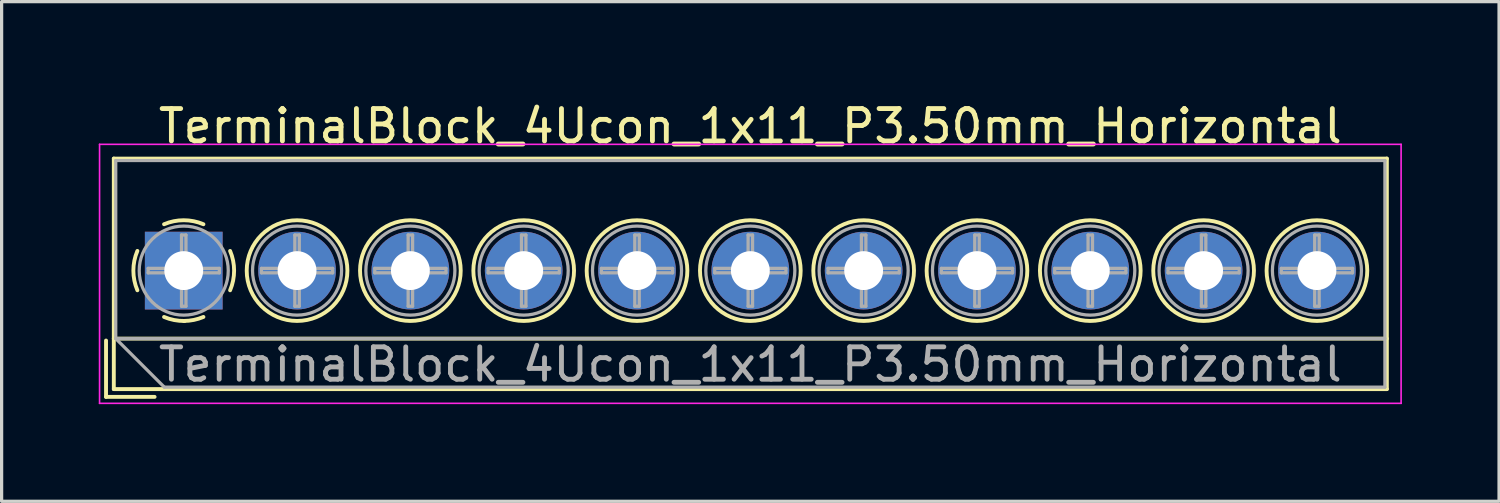
<source format=kicad_pcb>
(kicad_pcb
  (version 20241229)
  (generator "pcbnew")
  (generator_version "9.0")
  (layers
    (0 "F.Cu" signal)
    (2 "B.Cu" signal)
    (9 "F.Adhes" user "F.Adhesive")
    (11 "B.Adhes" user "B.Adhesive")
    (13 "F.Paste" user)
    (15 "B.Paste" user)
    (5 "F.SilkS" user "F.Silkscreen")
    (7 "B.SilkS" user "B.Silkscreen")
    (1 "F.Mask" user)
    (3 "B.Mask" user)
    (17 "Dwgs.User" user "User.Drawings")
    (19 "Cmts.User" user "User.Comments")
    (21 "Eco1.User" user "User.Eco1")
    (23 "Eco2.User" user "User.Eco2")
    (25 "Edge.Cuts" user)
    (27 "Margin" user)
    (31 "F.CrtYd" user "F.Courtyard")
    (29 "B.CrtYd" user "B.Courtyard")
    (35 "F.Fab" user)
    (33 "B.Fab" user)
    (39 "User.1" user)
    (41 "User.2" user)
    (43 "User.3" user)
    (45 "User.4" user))
  (footprint "TerminalBlock_4Ucon_1x11_P3.50mm_Horizontal"
    (layer "F.Cu")
    (at 2.625 5.308)
    (property "Reference" "TerminalBlock_4Ucon_1x11_P3.50mm_Horizontal" (at 17.5 -4.46 0) (layer "F.SilkS") (effects (font (size 1 1) (thickness 0.15))))
    (attr through_hole)
    (fp_line (start -2.4 2.16) (end -2.4 3.9) (stroke (width 0.12) (type solid)) (layer "F.SilkS"))
    (fp_line (start -2.4 3.9) (end -0.9 3.9) (stroke (width 0.12) (type solid)) (layer "F.SilkS"))
    (fp_line (start -2.16 -3.46) (end -2.16 3.66) (stroke (width 0.12) (type solid)) (layer "F.SilkS"))
    (fp_line (start -2.16 -3.46) (end 37.16 -3.46) (stroke (width 0.12) (type solid)) (layer "F.SilkS"))
    (fp_line (start -2.16 2.1) (end 37.16 2.1) (stroke (width 0.12) (type solid)) (layer "F.SilkS"))
    (fp_line (start -2.16 3.66) (end 37.16 3.66) (stroke (width 0.12) (type solid)) (layer "F.SilkS"))
    (fp_line (start 37.16 -3.46) (end 37.16 3.66) (stroke (width 0.12) (type solid)) (layer "F.SilkS"))
    (fp_arc (start -1.432109 0.607742) (mid -1.555727 -0.00014) (end -1.432 -0.608) (stroke (width 0.12) (type solid)) (layer "F.SilkS"))
    (fp_arc (start -0.607742 -1.432109) (mid 0.00014 -1.555727) (end 0.608 -1.432) (stroke (width 0.12) (type solid)) (layer "F.SilkS"))
    (fp_arc (start 0.027011 1.555493) (mid -0.296984 1.527118) (end -0.608 1.432) (stroke (width 0.12) (type solid)) (layer "F.SilkS"))
    (fp_arc (start 0.607587 1.431385) (mid 0.310017 1.523783) (end 0 1.555) (stroke (width 0.12) (type solid)) (layer "F.SilkS"))
    (fp_arc (start 1.432109 -0.607742) (mid 1.555727 0.00014) (end 1.432 0.608) (stroke (width 0.12) (type solid)) (layer "F.SilkS"))
    (fp_circle (center 3.5 0) (end 5.055 0) (stroke (width 0.12) (type solid)) (fill no) (layer "F.SilkS"))
    (fp_circle (center 7 0) (end 8.555 0) (stroke (width 0.12) (type solid)) (fill no) (layer "F.SilkS"))
    (fp_circle (center 10.5 0) (end 12.055 0) (stroke (width 0.12) (type solid)) (fill no) (layer "F.SilkS"))
    (fp_circle (center 14 0) (end 15.555 0) (stroke (width 0.12) (type solid)) (fill no) (layer "F.SilkS"))
    (fp_circle (center 17.5 0) (end 19.055 0) (stroke (width 0.12) (type solid)) (fill no) (layer "F.SilkS"))
    (fp_circle (center 21 0) (end 22.555 0) (stroke (width 0.12) (type solid)) (fill no) (layer "F.SilkS"))
    (fp_circle (center 24.5 0) (end 26.055 0) (stroke (width 0.12) (type solid)) (fill no) (layer "F.SilkS"))
    (fp_circle (center 28 0) (end 29.555 0) (stroke (width 0.12) (type solid)) (fill no) (layer "F.SilkS"))
    (fp_circle (center 31.5 0) (end 33.055 0) (stroke (width 0.12) (type solid)) (fill no) (layer "F.SilkS"))
    (fp_circle (center 35 0) (end 36.555 0) (stroke (width 0.12) (type solid)) (fill no) (layer "F.SilkS"))
    (fp_line (start -2.6 -3.9) (end -2.6 4.1) (stroke (width 0.05) (type solid)) (layer "F.CrtYd"))
    (fp_line (start -2.6 4.1) (end 37.6 4.1) (stroke (width 0.05) (type solid)) (layer "F.CrtYd"))
    (fp_line (start 37.6 -3.9) (end -2.6 -3.9) (stroke (width 0.05) (type solid)) (layer "F.CrtYd"))
    (fp_line (start 37.6 4.1) (end 37.6 -3.9) (stroke (width 0.05) (type solid)) (layer "F.CrtYd"))
    (fp_line (start -2.1 -3.4) (end 37.1 -3.4) (stroke (width 0.1) (type solid)) (layer "F.Fab"))
    (fp_line (start -2.1 2.1) (end -2.1 -3.4) (stroke (width 0.1) (type solid)) (layer "F.Fab"))
    (fp_line (start -2.1 2.1) (end 37.1 2.1) (stroke (width 0.1) (type solid)) (layer "F.Fab"))
    (fp_line (start -1.1 -0.069) (end -0.069 -0.069) (stroke (width 0.1) (type solid)) (layer "F.Fab"))
    (fp_line (start -1.1 0.069) (end -1.1 -0.069) (stroke (width 0.1) (type solid)) (layer "F.Fab"))
    (fp_line (start -0.6 3.6) (end -2.1 2.1) (stroke (width 0.1) (type solid)) (layer "F.Fab"))
    (fp_line (start -0.069 -1.1) (end 0.069 -1.1) (stroke (width 0.1) (type solid)) (layer "F.Fab"))
    (fp_line (start -0.069 -0.069) (end -0.069 -1.1) (stroke (width 0.1) (type solid)) (layer "F.Fab"))
    (fp_line (start -0.069 0.069) (end -1.1 0.069) (stroke (width 0.1) (type solid)) (layer "F.Fab"))
    (fp_line (start -0.069 1.1) (end -0.069 0.069) (stroke (width 0.1) (type solid)) (layer "F.Fab"))
    (fp_line (start 0.069 -1.1) (end 0.069 -0.069) (stroke (width 0.1) (type solid)) (layer "F.Fab"))
    (fp_line (start 0.069 -0.069) (end 1.1 -0.069) (stroke (width 0.1) (type solid)) (layer "F.Fab"))
    (fp_line (start 0.069 0.069) (end 0.069 1.1) (stroke (width 0.1) (type solid)) (layer "F.Fab"))
    (fp_line (start 0.069 1.1) (end -0.069 1.1) (stroke (width 0.1) (type solid)) (layer "F.Fab"))
    (fp_line (start 1.1 -0.069) (end 1.1 0.069) (stroke (width 0.1) (type solid)) (layer "F.Fab"))
    (fp_line (start 1.1 0.069) (end 0.069 0.069) (stroke (width 0.1) (type solid)) (layer "F.Fab"))
    (fp_line (start 2.4 -0.069) (end 3.431 -0.069) (stroke (width 0.1) (type solid)) (layer "F.Fab"))
    (fp_line (start 2.4 0.069) (end 2.4 -0.069) (stroke (width 0.1) (type solid)) (layer "F.Fab"))
    (fp_line (start 3.431 -1.1) (end 3.569 -1.1) (stroke (width 0.1) (type solid)) (layer "F.Fab"))
    (fp_line (start 3.431 -0.069) (end 3.431 -1.1) (stroke (width 0.1) (type solid)) (layer "F.Fab"))
    (fp_line (start 3.431 0.069) (end 2.4 0.069) (stroke (width 0.1) (type solid)) (layer "F.Fab"))
    (fp_line (start 3.431 1.1) (end 3.431 0.069) (stroke (width 0.1) (type solid)) (layer "F.Fab"))
    (fp_line (start 3.569 -1.1) (end 3.569 -0.069) (stroke (width 0.1) (type solid)) (layer "F.Fab"))
    (fp_line (start 3.569 -0.069) (end 4.6 -0.069) (stroke (width 0.1) (type solid)) (layer "F.Fab"))
    (fp_line (start 3.569 0.069) (end 3.569 1.1) (stroke (width 0.1) (type solid)) (layer "F.Fab"))
    (fp_line (start 3.569 1.1) (end 3.431 1.1) (stroke (width 0.1) (type solid)) (layer "F.Fab"))
    (fp_line (start 4.6 -0.069) (end 4.6 0.069) (stroke (width 0.1) (type solid)) (layer "F.Fab"))
    (fp_line (start 4.6 0.069) (end 3.569 0.069) (stroke (width 0.1) (type solid)) (layer "F.Fab"))
    (fp_line (start 5.9 -0.069) (end 6.931 -0.069) (stroke (width 0.1) (type solid)) (layer "F.Fab"))
    (fp_line (start 5.9 0.069) (end 5.9 -0.069) (stroke (width 0.1) (type solid)) (layer "F.Fab"))
    (fp_line (start 6.931 -1.1) (end 7.069 -1.1) (stroke (width 0.1) (type solid)) (layer "F.Fab"))
    (fp_line (start 6.931 -0.069) (end 6.931 -1.1) (stroke (width 0.1) (type solid)) (layer "F.Fab"))
    (fp_line (start 6.931 0.069) (end 5.9 0.069) (stroke (width 0.1) (type solid)) (layer "F.Fab"))
    (fp_line (start 6.931 1.1) (end 6.931 0.069) (stroke (width 0.1) (type solid)) (layer "F.Fab"))
    (fp_line (start 7.069 -1.1) (end 7.069 -0.069) (stroke (width 0.1) (type solid)) (layer "F.Fab"))
    (fp_line (start 7.069 -0.069) (end 8.1 -0.069) (stroke (width 0.1) (type solid)) (layer "F.Fab"))
    (fp_line (start 7.069 0.069) (end 7.069 1.1) (stroke (width 0.1) (type solid)) (layer "F.Fab"))
    (fp_line (start 7.069 1.1) (end 6.931 1.1) (stroke (width 0.1) (type solid)) (layer "F.Fab"))
    (fp_line (start 8.1 -0.069) (end 8.1 0.069) (stroke (width 0.1) (type solid)) (layer "F.Fab"))
    (fp_line (start 8.1 0.069) (end 7.069 0.069) (stroke (width 0.1) (type solid)) (layer "F.Fab"))
    (fp_line (start 9.4 -0.069) (end 10.431 -0.069) (stroke (width 0.1) (type solid)) (layer "F.Fab"))
    (fp_line (start 9.4 0.069) (end 9.4 -0.069) (stroke (width 0.1) (type solid)) (layer "F.Fab"))
    (fp_line (start 10.431 -1.1) (end 10.569 -1.1) (stroke (width 0.1) (type solid)) (layer "F.Fab"))
    (fp_line (start 10.431 -0.069) (end 10.431 -1.1) (stroke (width 0.1) (type solid)) (layer "F.Fab"))
    (fp_line (start 10.431 0.069) (end 9.4 0.069) (stroke (width 0.1) (type solid)) (layer "F.Fab"))
    (fp_line (start 10.431 1.1) (end 10.431 0.069) (stroke (width 0.1) (type solid)) (layer "F.Fab"))
    (fp_line (start 10.569 -1.1) (end 10.569 -0.069) (stroke (width 0.1) (type solid)) (layer "F.Fab"))
    (fp_line (start 10.569 -0.069) (end 11.6 -0.069) (stroke (width 0.1) (type solid)) (layer "F.Fab"))
    (fp_line (start 10.569 0.069) (end 10.569 1.1) (stroke (width 0.1) (type solid)) (layer "F.Fab"))
    (fp_line (start 10.569 1.1) (end 10.431 1.1) (stroke (width 0.1) (type solid)) (layer "F.Fab"))
    (fp_line (start 11.6 -0.069) (end 11.6 0.069) (stroke (width 0.1) (type solid)) (layer "F.Fab"))
    (fp_line (start 11.6 0.069) (end 10.569 0.069) (stroke (width 0.1) (type solid)) (layer "F.Fab"))
    (fp_line (start 12.9 -0.069) (end 13.931 -0.069) (stroke (width 0.1) (type solid)) (layer "F.Fab"))
    (fp_line (start 12.9 0.069) (end 12.9 -0.069) (stroke (width 0.1) (type solid)) (layer "F.Fab"))
    (fp_line (start 13.931 -1.1) (end 14.069 -1.1) (stroke (width 0.1) (type solid)) (layer "F.Fab"))
    (fp_line (start 13.931 -0.069) (end 13.931 -1.1) (stroke (width 0.1) (type solid)) (layer "F.Fab"))
    (fp_line (start 13.931 0.069) (end 12.9 0.069) (stroke (width 0.1) (type solid)) (layer "F.Fab"))
    (fp_line (start 13.931 1.1) (end 13.931 0.069) (stroke (width 0.1) (type solid)) (layer "F.Fab"))
    (fp_line (start 14.069 -1.1) (end 14.069 -0.069) (stroke (width 0.1) (type solid)) (layer "F.Fab"))
    (fp_line (start 14.069 -0.069) (end 15.1 -0.069) (stroke (width 0.1) (type solid)) (layer "F.Fab"))
    (fp_line (start 14.069 0.069) (end 14.069 1.1) (stroke (width 0.1) (type solid)) (layer "F.Fab"))
    (fp_line (start 14.069 1.1) (end 13.931 1.1) (stroke (width 0.1) (type solid)) (layer "F.Fab"))
    (fp_line (start 15.1 -0.069) (end 15.1 0.069) (stroke (width 0.1) (type solid)) (layer "F.Fab"))
    (fp_line (start 15.1 0.069) (end 14.069 0.069) (stroke (width 0.1) (type solid)) (layer "F.Fab"))
    (fp_line (start 16.4 -0.069) (end 17.431 -0.069) (stroke (width 0.1) (type solid)) (layer "F.Fab"))
    (fp_line (start 16.4 0.069) (end 16.4 -0.069) (stroke (width 0.1) (type solid)) (layer "F.Fab"))
    (fp_line (start 17.431 -1.1) (end 17.569 -1.1) (stroke (width 0.1) (type solid)) (layer "F.Fab"))
    (fp_line (start 17.431 -0.069) (end 17.431 -1.1) (stroke (width 0.1) (type solid)) (layer "F.Fab"))
    (fp_line (start 17.431 0.069) (end 16.4 0.069) (stroke (width 0.1) (type solid)) (layer "F.Fab"))
    (fp_line (start 17.431 1.1) (end 17.431 0.069) (stroke (width 0.1) (type solid)) (layer "F.Fab"))
    (fp_line (start 17.569 -1.1) (end 17.569 -0.069) (stroke (width 0.1) (type solid)) (layer "F.Fab"))
    (fp_line (start 17.569 -0.069) (end 18.6 -0.069) (stroke (width 0.1) (type solid)) (layer "F.Fab"))
    (fp_line (start 17.569 0.069) (end 17.569 1.1) (stroke (width 0.1) (type solid)) (layer "F.Fab"))
    (fp_line (start 17.569 1.1) (end 17.431 1.1) (stroke (width 0.1) (type solid)) (layer "F.Fab"))
    (fp_line (start 18.6 -0.069) (end 18.6 0.069) (stroke (width 0.1) (type solid)) (layer "F.Fab"))
    (fp_line (start 18.6 0.069) (end 17.569 0.069) (stroke (width 0.1) (type solid)) (layer "F.Fab"))
    (fp_line (start 19.9 -0.069) (end 20.931 -0.069) (stroke (width 0.1) (type solid)) (layer "F.Fab"))
    (fp_line (start 19.9 0.069) (end 19.9 -0.069) (stroke (width 0.1) (type solid)) (layer "F.Fab"))
    (fp_line (start 20.931 -1.1) (end 21.069 -1.1) (stroke (width 0.1) (type solid)) (layer "F.Fab"))
    (fp_line (start 20.931 -0.069) (end 20.931 -1.1) (stroke (width 0.1) (type solid)) (layer "F.Fab"))
    (fp_line (start 20.931 0.069) (end 19.9 0.069) (stroke (width 0.1) (type solid)) (layer "F.Fab"))
    (fp_line (start 20.931 1.1) (end 20.931 0.069) (stroke (width 0.1) (type solid)) (layer "F.Fab"))
    (fp_line (start 21.069 -1.1) (end 21.069 -0.069) (stroke (width 0.1) (type solid)) (layer "F.Fab"))
    (fp_line (start 21.069 -0.069) (end 22.1 -0.069) (stroke (width 0.1) (type solid)) (layer "F.Fab"))
    (fp_line (start 21.069 0.069) (end 21.069 1.1) (stroke (width 0.1) (type solid)) (layer "F.Fab"))
    (fp_line (start 21.069 1.1) (end 20.931 1.1) (stroke (width 0.1) (type solid)) (layer "F.Fab"))
    (fp_line (start 22.1 -0.069) (end 22.1 0.069) (stroke (width 0.1) (type solid)) (layer "F.Fab"))
    (fp_line (start 22.1 0.069) (end 21.069 0.069) (stroke (width 0.1) (type solid)) (layer "F.Fab"))
    (fp_line (start 23.4 -0.069) (end 24.431 -0.069) (stroke (width 0.1) (type solid)) (layer "F.Fab"))
    (fp_line (start 23.4 0.069) (end 23.4 -0.069) (stroke (width 0.1) (type solid)) (layer "F.Fab"))
    (fp_line (start 24.431 -1.1) (end 24.569 -1.1) (stroke (width 0.1) (type solid)) (layer "F.Fab"))
    (fp_line (start 24.431 -0.069) (end 24.431 -1.1) (stroke (width 0.1) (type solid)) (layer "F.Fab"))
    (fp_line (start 24.431 0.069) (end 23.4 0.069) (stroke (width 0.1) (type solid)) (layer "F.Fab"))
    (fp_line (start 24.431 1.1) (end 24.431 0.069) (stroke (width 0.1) (type solid)) (layer "F.Fab"))
    (fp_line (start 24.569 -1.1) (end 24.569 -0.069) (stroke (width 0.1) (type solid)) (layer "F.Fab"))
    (fp_line (start 24.569 -0.069) (end 25.6 -0.069) (stroke (width 0.1) (type solid)) (layer "F.Fab"))
    (fp_line (start 24.569 0.069) (end 24.569 1.1) (stroke (width 0.1) (type solid)) (layer "F.Fab"))
    (fp_line (start 24.569 1.1) (end 24.431 1.1) (stroke (width 0.1) (type solid)) (layer "F.Fab"))
    (fp_line (start 25.6 -0.069) (end 25.6 0.069) (stroke (width 0.1) (type solid)) (layer "F.Fab"))
    (fp_line (start 25.6 0.069) (end 24.569 0.069) (stroke (width 0.1) (type solid)) (layer "F.Fab"))
    (fp_line (start 26.9 -0.069) (end 27.931 -0.069) (stroke (width 0.1) (type solid)) (layer "F.Fab"))
    (fp_line (start 26.9 0.069) (end 26.9 -0.069) (stroke (width 0.1) (type solid)) (layer "F.Fab"))
    (fp_line (start 27.931 -1.1) (end 28.069 -1.1) (stroke (width 0.1) (type solid)) (layer "F.Fab"))
    (fp_line (start 27.931 -0.069) (end 27.931 -1.1) (stroke (width 0.1) (type solid)) (layer "F.Fab"))
    (fp_line (start 27.931 0.069) (end 26.9 0.069) (stroke (width 0.1) (type solid)) (layer "F.Fab"))
    (fp_line (start 27.931 1.1) (end 27.931 0.069) (stroke (width 0.1) (type solid)) (layer "F.Fab"))
    (fp_line (start 28.069 -1.1) (end 28.069 -0.069) (stroke (width 0.1) (type solid)) (layer "F.Fab"))
    (fp_line (start 28.069 -0.069) (end 29.1 -0.069) (stroke (width 0.1) (type solid)) (layer "F.Fab"))
    (fp_line (start 28.069 0.069) (end 28.069 1.1) (stroke (width 0.1) (type solid)) (layer "F.Fab"))
    (fp_line (start 28.069 1.1) (end 27.931 1.1) (stroke (width 0.1) (type solid)) (layer "F.Fab"))
    (fp_line (start 29.1 -0.069) (end 29.1 0.069) (stroke (width 0.1) (type solid)) (layer "F.Fab"))
    (fp_line (start 29.1 0.069) (end 28.069 0.069) (stroke (width 0.1) (type solid)) (layer "F.Fab"))
    (fp_line (start 30.4 -0.069) (end 31.431 -0.069) (stroke (width 0.1) (type solid)) (layer "F.Fab"))
    (fp_line (start 30.4 0.069) (end 30.4 -0.069) (stroke (width 0.1) (type solid)) (layer "F.Fab"))
    (fp_line (start 31.431 -1.1) (end 31.569 -1.1) (stroke (width 0.1) (type solid)) (layer "F.Fab"))
    (fp_line (start 31.431 -0.069) (end 31.431 -1.1) (stroke (width 0.1) (type solid)) (layer "F.Fab"))
    (fp_line (start 31.431 0.069) (end 30.4 0.069) (stroke (width 0.1) (type solid)) (layer "F.Fab"))
    (fp_line (start 31.431 1.1) (end 31.431 0.069) (stroke (width 0.1) (type solid)) (layer "F.Fab"))
    (fp_line (start 31.569 -1.1) (end 31.569 -0.069) (stroke (width 0.1) (type solid)) (layer "F.Fab"))
    (fp_line (start 31.569 -0.069) (end 32.6 -0.069) (stroke (width 0.1) (type solid)) (layer "F.Fab"))
    (fp_line (start 31.569 0.069) (end 31.569 1.1) (stroke (width 0.1) (type solid)) (layer "F.Fab"))
    (fp_line (start 31.569 1.1) (end 31.431 1.1) (stroke (width 0.1) (type solid)) (layer "F.Fab"))
    (fp_line (start 32.6 -0.069) (end 32.6 0.069) (stroke (width 0.1) (type solid)) (layer "F.Fab"))
    (fp_line (start 32.6 0.069) (end 31.569 0.069) (stroke (width 0.1) (type solid)) (layer "F.Fab"))
    (fp_line (start 33.9 -0.069) (end 34.931 -0.069) (stroke (width 0.1) (type solid)) (layer "F.Fab"))
    (fp_line (start 33.9 0.069) (end 33.9 -0.069) (stroke (width 0.1) (type solid)) (layer "F.Fab"))
    (fp_line (start 34.931 -1.1) (end 35.069 -1.1) (stroke (width 0.1) (type solid)) (layer "F.Fab"))
    (fp_line (start 34.931 -0.069) (end 34.931 -1.1) (stroke (width 0.1) (type solid)) (layer "F.Fab"))
    (fp_line (start 34.931 0.069) (end 33.9 0.069) (stroke (width 0.1) (type solid)) (layer "F.Fab"))
    (fp_line (start 34.931 1.1) (end 34.931 0.069) (stroke (width 0.1) (type solid)) (layer "F.Fab"))
    (fp_line (start 35.069 -1.1) (end 35.069 -0.069) (stroke (width 0.1) (type solid)) (layer "F.Fab"))
    (fp_line (start 35.069 -0.069) (end 36.1 -0.069) (stroke (width 0.1) (type solid)) (layer "F.Fab"))
    (fp_line (start 35.069 0.069) (end 35.069 1.1) (stroke (width 0.1) (type solid)) (layer "F.Fab"))
    (fp_line (start 35.069 1.1) (end 34.931 1.1) (stroke (width 0.1) (type solid)) (layer "F.Fab"))
    (fp_line (start 36.1 -0.069) (end 36.1 0.069) (stroke (width 0.1) (type solid)) (layer "F.Fab"))
    (fp_line (start 36.1 0.069) (end 35.069 0.069) (stroke (width 0.1) (type solid)) (layer "F.Fab"))
    (fp_line (start 37.1 -3.4) (end 37.1 3.6) (stroke (width 0.1) (type solid)) (layer "F.Fab"))
    (fp_line (start 37.1 3.6) (end -0.6 3.6) (stroke (width 0.1) (type solid)) (layer "F.Fab"))
    (fp_circle (center 0 0) (end 1.375 0) (stroke (width 0.1) (type solid)) (fill no) (layer "F.Fab"))
    (fp_circle (center 3.5 0) (end 4.875 0) (stroke (width 0.1) (type solid)) (fill no) (layer "F.Fab"))
    (fp_circle (center 7 0) (end 8.375 0) (stroke (width 0.1) (type solid)) (fill no) (layer "F.Fab"))
    (fp_circle (center 10.5 0) (end 11.875 0) (stroke (width 0.1) (type solid)) (fill no) (layer "F.Fab"))
    (fp_circle (center 14 0) (end 15.375 0) (stroke (width 0.1) (type solid)) (fill no) (layer "F.Fab"))
    (fp_circle (center 17.5 0) (end 18.875 0) (stroke (width 0.1) (type solid)) (fill no) (layer "F.Fab"))
    (fp_circle (center 21 0) (end 22.375 0) (stroke (width 0.1) (type solid)) (fill no) (layer "F.Fab"))
    (fp_circle (center 24.5 0) (end 25.875 0) (stroke (width 0.1) (type solid)) (fill no) (layer "F.Fab"))
    (fp_circle (center 28 0) (end 29.375 0) (stroke (width 0.1) (type solid)) (fill no) (layer "F.Fab"))
    (fp_circle (center 31.5 0) (end 32.875 0) (stroke (width 0.1) (type solid)) (fill no) (layer "F.Fab"))
    (fp_circle (center 35 0) (end 36.375 0) (stroke (width 0.1) (type solid)) (fill no) (layer "F.Fab"))
    (fp_text user "${REFERENCE}" (at 17.5 2.9 0) (layer "F.Fab") (effects (font (size 1 1) (thickness 0.15))))
    (pad "1" thru_hole rect (at 0 0) (size 2.4 2.4) (drill 1.2) (layers "*.Cu" "*.Mask"))
    (pad "2" thru_hole circle (at 3.5 0) (size 2.4 2.4) (drill 1.2) (layers "*.Cu" "*.Mask"))
    (pad "3" thru_hole circle (at 7 0) (size 2.4 2.4) (drill 1.2) (layers "*.Cu" "*.Mask"))
    (pad "4" thru_hole circle (at 10.5 0) (size 2.4 2.4) (drill 1.2) (layers "*.Cu" "*.Mask"))
    (pad "5" thru_hole circle (at 14 0) (size 2.4 2.4) (drill 1.2) (layers "*.Cu" "*.Mask"))
    (pad "6" thru_hole circle (at 17.5 0) (size 2.4 2.4) (drill 1.2) (layers "*.Cu" "*.Mask"))
    (pad "7" thru_hole circle (at 21 0) (size 2.4 2.4) (drill 1.2) (layers "*.Cu" "*.Mask"))
    (pad "8" thru_hole circle (at 24.5 0) (size 2.4 2.4) (drill 1.2) (layers "*.Cu" "*.Mask"))
    (pad "9" thru_hole circle (at 28 0) (size 2.4 2.4) (drill 1.2) (layers "*.Cu" "*.Mask"))
    (pad "10" thru_hole circle (at 31.5 0) (size 2.4 2.4) (drill 1.2) (layers "*.Cu" "*.Mask"))
    (pad "11" thru_hole circle (at 35 0) (size 2.4 2.4) (drill 1.2) (layers "*.Cu" "*.Mask")))
  (gr_rect
    (start -3 -3)
    (end 43.25 12.433)
    (stroke (width 0.1) (type default))
    (fill no)
    (layer "Edge.Cuts")))
</source>
